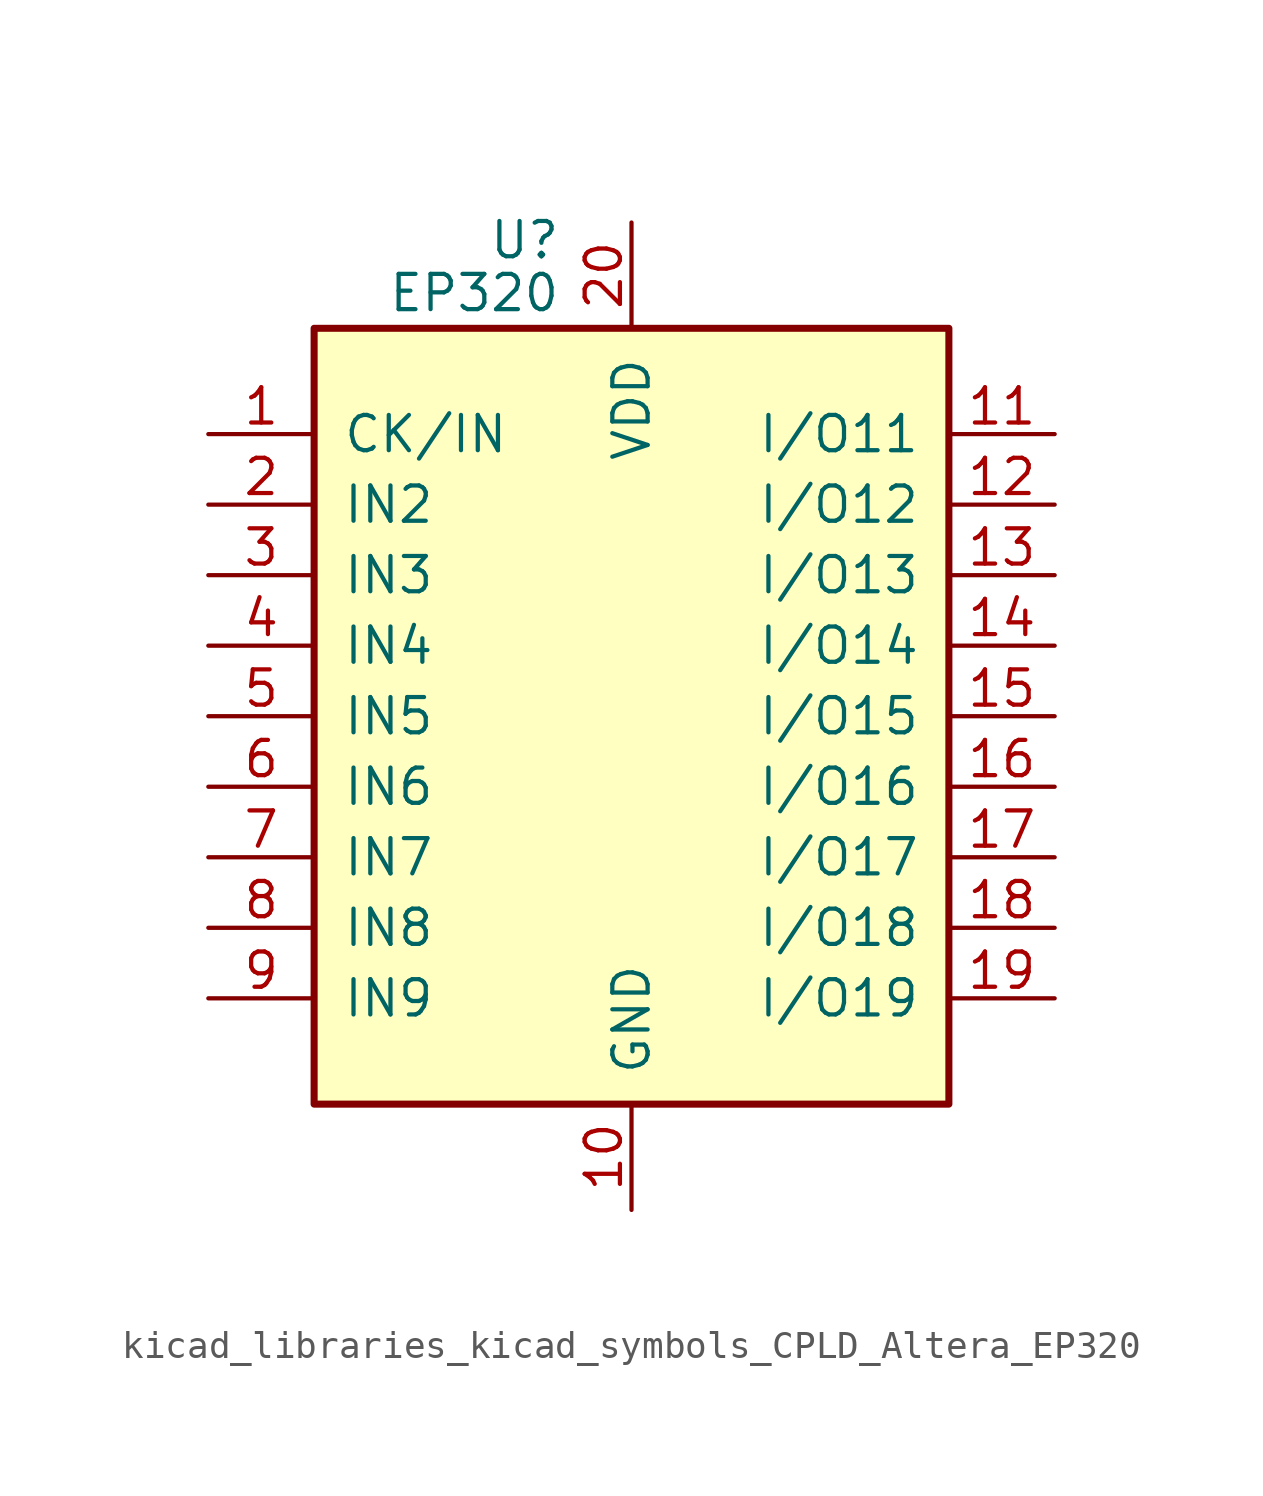
<source format=kicad_sym>
(kicad_symbol_lib
  (version 20220914)
  (generator kicad_symbol_editor)
  (symbol "kicad_libraries_kicad_symbols_CPLD_Altera_EP320"
    (pin_names
      (offset 1.016))
    (property "Reference" "U"
      (at -2.54 17.145 0)
      (effects (font (size 1.27 1.27)) (justify right)))
    (property "Value" "EP320"
      (at -2.54 15.24 0)
      (effects (font (size 1.27 1.27)) (justify right)))
    (symbol "kicad_libraries_kicad_symbols_CPLD_Altera_EP320_0_1"
      (rectangle (start -11.43 -13.97) (end 11.43 13.97) (stroke (width 0.254) (type default)) (fill (type background))))
    (symbol "kicad_libraries_kicad_symbols_CPLD_Altera_EP320_1_1"
      (pin input line (at -15.24 10.16 0) (length 3.81) (name "CK/IN" (effects (font (size 1.27 1.27)))) (number "1" (effects (font (size 1.27 1.27)))))
      (pin power_in line (at 0 -17.78 90) (length 3.81) (name "GND" (effects (font (size 1.27 1.27)))) (number "10" (effects (font (size 1.27 1.27)))))
      (pin bidirectional line (at 15.24 10.16 180) (length 3.81) (name "I/O11" (effects (font (size 1.27 1.27)))) (number "11" (effects (font (size 1.27 1.27)))))
      (pin bidirectional line (at 15.24 7.62 180) (length 3.81) (name "I/O12" (effects (font (size 1.27 1.27)))) (number "12" (effects (font (size 1.27 1.27)))))
      (pin bidirectional line (at 15.24 5.08 180) (length 3.81) (name "I/O13" (effects (font (size 1.27 1.27)))) (number "13" (effects (font (size 1.27 1.27)))))
      (pin bidirectional line (at 15.24 2.54 180) (length 3.81) (name "I/O14" (effects (font (size 1.27 1.27)))) (number "14" (effects (font (size 1.27 1.27)))))
      (pin bidirectional line (at 15.24 0 180) (length 3.81) (name "I/O15" (effects (font (size 1.27 1.27)))) (number "15" (effects (font (size 1.27 1.27)))))
      (pin bidirectional line (at 15.24 -2.54 180) (length 3.81) (name "I/O16" (effects (font (size 1.27 1.27)))) (number "16" (effects (font (size 1.27 1.27)))))
      (pin bidirectional line (at 15.24 -5.08 180) (length 3.81) (name "I/O17" (effects (font (size 1.27 1.27)))) (number "17" (effects (font (size 1.27 1.27)))))
      (pin bidirectional line (at 15.24 -7.62 180) (length 3.81) (name "I/O18" (effects (font (size 1.27 1.27)))) (number "18" (effects (font (size 1.27 1.27)))))
      (pin bidirectional line (at 15.24 -10.16 180) (length 3.81) (name "I/O19" (effects (font (size 1.27 1.27)))) (number "19" (effects (font (size 1.27 1.27)))))
      (pin input line (at -15.24 7.62 0) (length 3.81) (name "IN2" (effects (font (size 1.27 1.27)))) (number "2" (effects (font (size 1.27 1.27)))))
      (pin power_in line (at 0 17.78 270) (length 3.81) (name "VDD" (effects (font (size 1.27 1.27)))) (number "20" (effects (font (size 1.27 1.27)))))
      (pin input line (at -15.24 5.08 0) (length 3.81) (name "IN3" (effects (font (size 1.27 1.27)))) (number "3" (effects (font (size 1.27 1.27)))))
      (pin input line (at -15.24 2.54 0) (length 3.81) (name "IN4" (effects (font (size 1.27 1.27)))) (number "4" (effects (font (size 1.27 1.27)))))
      (pin input line (at -15.24 0 0) (length 3.81) (name "IN5" (effects (font (size 1.27 1.27)))) (number "5" (effects (font (size 1.27 1.27)))))
      (pin input line (at -15.24 -2.54 0) (length 3.81) (name "IN6" (effects (font (size 1.27 1.27)))) (number "6" (effects (font (size 1.27 1.27)))))
      (pin input line (at -15.24 -5.08 0) (length 3.81) (name "IN7" (effects (font (size 1.27 1.27)))) (number "7" (effects (font (size 1.27 1.27)))))
      (pin input line (at -15.24 -7.62 0) (length 3.81) (name "IN8" (effects (font (size 1.27 1.27)))) (number "8" (effects (font (size 1.27 1.27)))))
      (pin input line (at -15.24 -10.16 0) (length 3.81) (name "IN9" (effects (font (size 1.27 1.27)))) (number "9" (effects (font (size 1.27 1.27))))))))
</source>
